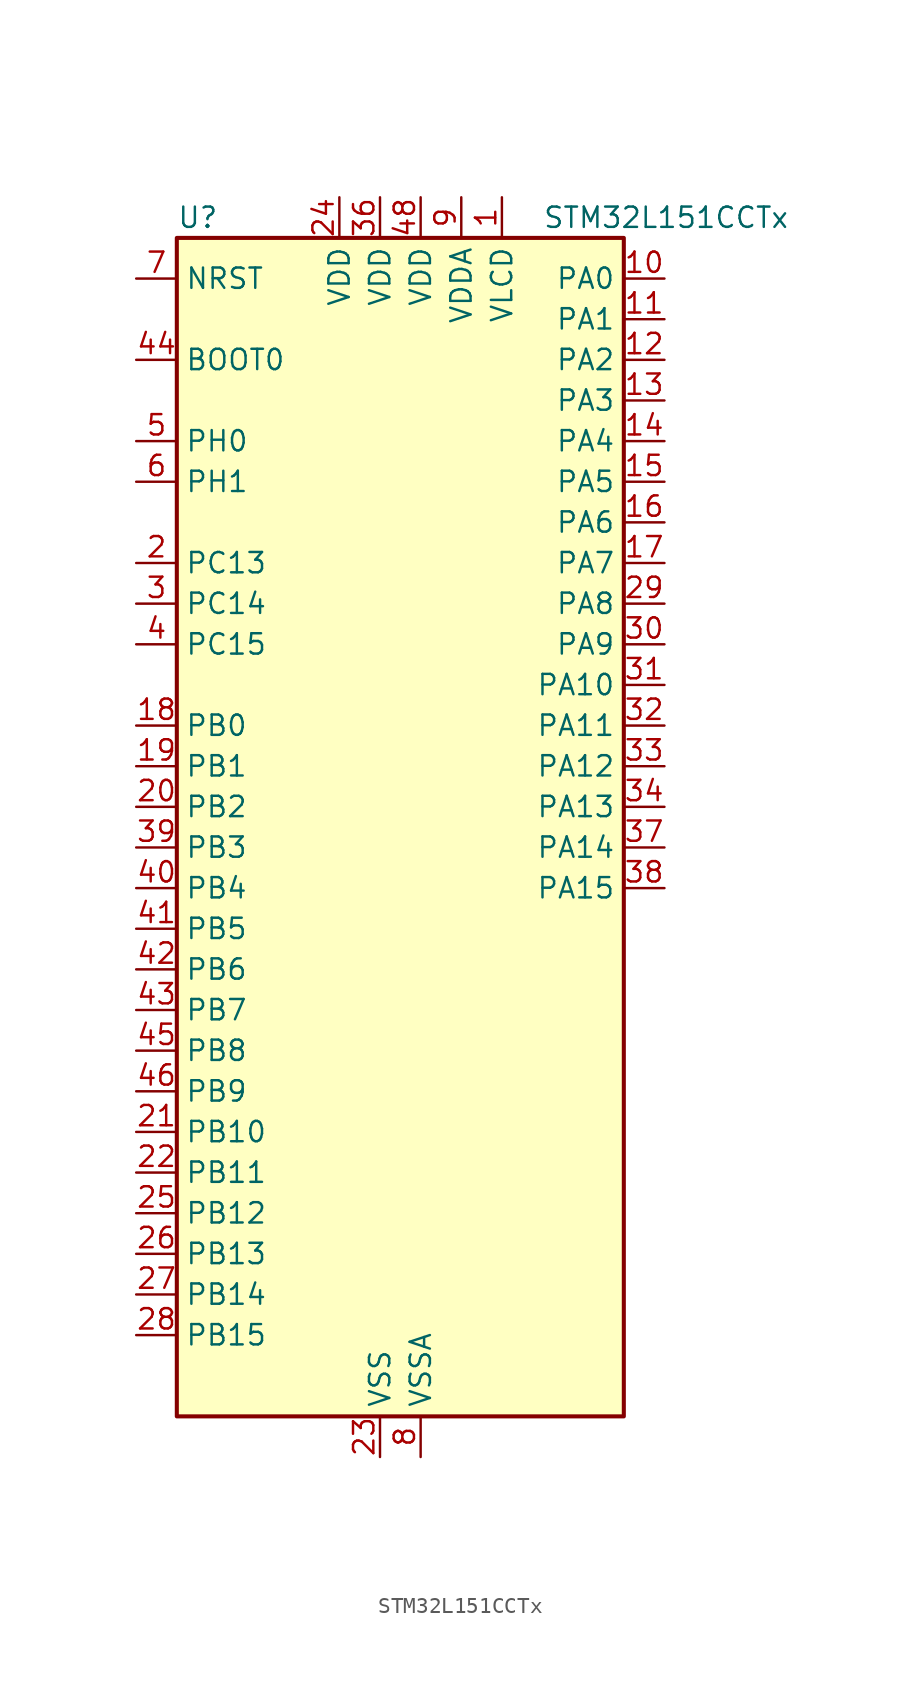
<source format=kicad_sym>
(kicad_symbol_lib
  (version 20231120)
  (generator "kicad-library-utils")
  (generator_version "8.0")
  (symbol "STM32L151CCTx"
    (property "Reference" "U"
      (at -12.7 39.37 0)
      (effects (font (size 1.27 1.27)) (justify left)))
    (property "Value" "STM32L151CCTx"
      (at 10.16 39.37 0)
      (effects (font (size 1.27 1.27)) (justify left)))
    (symbol "STM32L151CCTx_0_1"
      (rectangle (start -12.7 -35.56) (end 15.24 38.1) (stroke (width 0.254) (type default)) (fill (type background))))
    (symbol "STM32L151CCTx_1_1"
      (pin power_in line (at 7.62 40.64 270) (length 2.54) (name "VLCD" (effects (font (size 1.27 1.27)))) (number "1" (effects (font (size 1.27 1.27)))))
      (pin bidirectional line (at 17.78 35.56 180) (length 2.54) (name "PA0" (effects (font (size 1.27 1.27)))) (number "10" (effects (font (size 1.27 1.27)))) (alternate "ADC_IN0" bidirectional line) (alternate "COMP1_INP" bidirectional line) (alternate "RTC_TAMP2" bidirectional line) (alternate "SYS_WKUP1" bidirectional line) (alternate "TIM2_CH1" bidirectional line) (alternate "TIM2_ETR" bidirectional line) (alternate "TIM5_CH1" bidirectional line) (alternate "TIMX_IC1" bidirectional line) (alternate "TS_G1_IO1" bidirectional line) (alternate "USART2_CTS" bidirectional line))
      (pin bidirectional line (at 17.78 33.02 180) (length 2.54) (name "PA1" (effects (font (size 1.27 1.27)))) (number "11" (effects (font (size 1.27 1.27)))) (alternate "ADC_IN1" bidirectional line) (alternate "COMP1_INP" bidirectional line) (alternate "OPAMP1_VINP" bidirectional line) (alternate "TIM2_CH2" bidirectional line) (alternate "TIM5_CH2" bidirectional line) (alternate "TIMX_IC2" bidirectional line) (alternate "TS_G1_IO2" bidirectional line) (alternate "USART2_RTS" bidirectional line))
      (pin bidirectional line (at 17.78 30.48 180) (length 2.54) (name "PA2" (effects (font (size 1.27 1.27)))) (number "12" (effects (font (size 1.27 1.27)))) (alternate "ADC_IN2" bidirectional line) (alternate "COMP1_INP" bidirectional line) (alternate "OPAMP1_VINM" bidirectional line) (alternate "TIM2_CH3" bidirectional line) (alternate "TIM5_CH3" bidirectional line) (alternate "TIM9_CH1" bidirectional line) (alternate "TIMX_IC3" bidirectional line) (alternate "TS_G1_IO3" bidirectional line) (alternate "USART2_TX" bidirectional line))
      (pin bidirectional line (at 17.78 27.94 180) (length 2.54) (name "PA3" (effects (font (size 1.27 1.27)))) (number "13" (effects (font (size 1.27 1.27)))) (alternate "ADC_IN3" bidirectional line) (alternate "COMP1_INP" bidirectional line) (alternate "OPAMP1_VOUT" bidirectional line) (alternate "TIM2_CH4" bidirectional line) (alternate "TIM5_CH4" bidirectional line) (alternate "TIM9_CH2" bidirectional line) (alternate "TIMX_IC4" bidirectional line) (alternate "TS_G1_IO4" bidirectional line) (alternate "USART2_RX" bidirectional line))
      (pin bidirectional line (at 17.78 25.4 180) (length 2.54) (name "PA4" (effects (font (size 1.27 1.27)))) (number "14" (effects (font (size 1.27 1.27)))) (alternate "ADC_IN4" bidirectional line) (alternate "COMP1_INP" bidirectional line) (alternate "DAC_OUT1" bidirectional line) (alternate "I2S3_WS" bidirectional line) (alternate "SPI1_NSS" bidirectional line) (alternate "SPI3_NSS" bidirectional line) (alternate "TIMX_IC1" bidirectional line) (alternate "USART2_CK" bidirectional line))
      (pin bidirectional line (at 17.78 22.86 180) (length 2.54) (name "PA5" (effects (font (size 1.27 1.27)))) (number "15" (effects (font (size 1.27 1.27)))) (alternate "ADC_IN5" bidirectional line) (alternate "COMP1_INP" bidirectional line) (alternate "DAC_OUT2" bidirectional line) (alternate "SPI1_SCK" bidirectional line) (alternate "TIM2_CH1" bidirectional line) (alternate "TIM2_ETR" bidirectional line) (alternate "TIMX_IC2" bidirectional line))
      (pin bidirectional line (at 17.78 20.32 180) (length 2.54) (name "PA6" (effects (font (size 1.27 1.27)))) (number "16" (effects (font (size 1.27 1.27)))) (alternate "ADC_IN6" bidirectional line) (alternate "COMP1_INP" bidirectional line) (alternate "OPAMP2_VINP" bidirectional line) (alternate "SPI1_MISO" bidirectional line) (alternate "TIM10_CH1" bidirectional line) (alternate "TIM3_CH1" bidirectional line) (alternate "TIMX_IC3" bidirectional line) (alternate "TS_G2_IO1" bidirectional line))
      (pin bidirectional line (at 17.78 17.78 180) (length 2.54) (name "PA7" (effects (font (size 1.27 1.27)))) (number "17" (effects (font (size 1.27 1.27)))) (alternate "ADC_IN7" bidirectional line) (alternate "COMP1_INP" bidirectional line) (alternate "OPAMP2_VINM" bidirectional line) (alternate "SPI1_MOSI" bidirectional line) (alternate "TIM11_CH1" bidirectional line) (alternate "TIM3_CH2" bidirectional line) (alternate "TIMX_IC4" bidirectional line) (alternate "TS_G2_IO2" bidirectional line))
      (pin bidirectional line (at -15.24 7.62 0) (length 2.54) (name "PB0" (effects (font (size 1.27 1.27)))) (number "18" (effects (font (size 1.27 1.27)))) (alternate "ADC_IN8" bidirectional line) (alternate "COMP1_INP" bidirectional line) (alternate "OPAMP2_VOUT" bidirectional line) (alternate "SYS_V_REF_OUT" bidirectional line) (alternate "TIM3_CH3" bidirectional line) (alternate "TS_G3_IO1" bidirectional line))
      (pin bidirectional line (at -15.24 5.08 0) (length 2.54) (name "PB1" (effects (font (size 1.27 1.27)))) (number "19" (effects (font (size 1.27 1.27)))) (alternate "ADC_IN9" bidirectional line) (alternate "COMP1_INP" bidirectional line) (alternate "SYS_V_REF_OUT" bidirectional line) (alternate "TIM3_CH4" bidirectional line) (alternate "TS_G3_IO2" bidirectional line))
      (pin bidirectional line (at -15.24 17.78 0) (length 2.54) (name "PC13" (effects (font (size 1.27 1.27)))) (number "2" (effects (font (size 1.27 1.27)))) (alternate "RTC_OUT_ALARM" bidirectional line) (alternate "RTC_OUT_CALIB" bidirectional line) (alternate "RTC_TAMP1" bidirectional line) (alternate "RTC_TS" bidirectional line) (alternate "SYS_WKUP2" bidirectional line) (alternate "TIMX_IC2" bidirectional line))
      (pin bidirectional line (at -15.24 2.54 0) (length 2.54) (name "PB2" (effects (font (size 1.27 1.27)))) (number "20" (effects (font (size 1.27 1.27)))) (alternate "TS_G3_IO3" bidirectional line))
      (pin bidirectional line (at -15.24 -17.78 0) (length 2.54) (name "PB10" (effects (font (size 1.27 1.27)))) (number "21" (effects (font (size 1.27 1.27)))) (alternate "I2C2_SCL" bidirectional line) (alternate "TIM2_CH3" bidirectional line) (alternate "USART3_TX" bidirectional line))
      (pin bidirectional line (at -15.24 -20.32 0) (length 2.54) (name "PB11" (effects (font (size 1.27 1.27)))) (number "22" (effects (font (size 1.27 1.27)))) (alternate "ADC_EXTI11" bidirectional line) (alternate "I2C2_SDA" bidirectional line) (alternate "TIM2_CH4" bidirectional line) (alternate "USART3_RX" bidirectional line))
      (pin power_in line (at 0 -38.1 90) (length 2.54) (name "VSS" (effects (font (size 1.27 1.27)))) (number "23" (effects (font (size 1.27 1.27)))))
      (pin power_in line (at -2.54 40.64 270) (length 2.54) (name "VDD" (effects (font (size 1.27 1.27)))) (number "24" (effects (font (size 1.27 1.27)))))
      (pin bidirectional line (at -15.24 -22.86 0) (length 2.54) (name "PB12" (effects (font (size 1.27 1.27)))) (number "25" (effects (font (size 1.27 1.27)))) (alternate "ADC_IN18" bidirectional line) (alternate "COMP1_INP" bidirectional line) (alternate "I2C2_SMBA" bidirectional line) (alternate "I2S2_WS" bidirectional line) (alternate "SPI2_NSS" bidirectional line) (alternate "TIM10_CH1" bidirectional line) (alternate "TS_G7_IO1" bidirectional line) (alternate "USART3_CK" bidirectional line))
      (pin bidirectional line (at -15.24 -25.4 0) (length 2.54) (name "PB13" (effects (font (size 1.27 1.27)))) (number "26" (effects (font (size 1.27 1.27)))) (alternate "ADC_IN19" bidirectional line) (alternate "COMP1_INP" bidirectional line) (alternate "I2S2_CK" bidirectional line) (alternate "SPI2_SCK" bidirectional line) (alternate "TIM9_CH1" bidirectional line) (alternate "TS_G7_IO2" bidirectional line) (alternate "USART3_CTS" bidirectional line))
      (pin bidirectional line (at -15.24 -27.94 0) (length 2.54) (name "PB14" (effects (font (size 1.27 1.27)))) (number "27" (effects (font (size 1.27 1.27)))) (alternate "ADC_IN20" bidirectional line) (alternate "COMP1_INP" bidirectional line) (alternate "SPI2_MISO" bidirectional line) (alternate "TIM9_CH2" bidirectional line) (alternate "TS_G7_IO3" bidirectional line) (alternate "USART3_RTS" bidirectional line))
      (pin bidirectional line (at -15.24 -30.48 0) (length 2.54) (name "PB15" (effects (font (size 1.27 1.27)))) (number "28" (effects (font (size 1.27 1.27)))) (alternate "ADC_EXTI15" bidirectional line) (alternate "ADC_IN21" bidirectional line) (alternate "COMP1_INP" bidirectional line) (alternate "I2S2_SD" bidirectional line) (alternate "RTC_REFIN" bidirectional line) (alternate "SPI2_MOSI" bidirectional line) (alternate "TIM11_CH1" bidirectional line) (alternate "TS_G7_IO4" bidirectional line))
      (pin bidirectional line (at 17.78 15.24 180) (length 2.54) (name "PA8" (effects (font (size 1.27 1.27)))) (number "29" (effects (font (size 1.27 1.27)))) (alternate "RCC_MCO" bidirectional line) (alternate "TIMX_IC1" bidirectional line) (alternate "TS_G4_IO1" bidirectional line) (alternate "USART1_CK" bidirectional line))
      (pin bidirectional line (at -15.24 15.24 0) (length 2.54) (name "PC14" (effects (font (size 1.27 1.27)))) (number "3" (effects (font (size 1.27 1.27)))) (alternate "RCC_OSC32_IN" bidirectional line) (alternate "TIMX_IC3" bidirectional line))
      (pin bidirectional line (at 17.78 12.7 180) (length 2.54) (name "PA9" (effects (font (size 1.27 1.27)))) (number "30" (effects (font (size 1.27 1.27)))) (alternate "DAC_EXTI9" bidirectional line) (alternate "TIMX_IC2" bidirectional line) (alternate "TS_G4_IO2" bidirectional line) (alternate "USART1_TX" bidirectional line))
      (pin bidirectional line (at 17.78 10.16 180) (length 2.54) (name "PA10" (effects (font (size 1.27 1.27)))) (number "31" (effects (font (size 1.27 1.27)))) (alternate "TIMX_IC3" bidirectional line) (alternate "TS_G4_IO3" bidirectional line) (alternate "USART1_RX" bidirectional line))
      (pin bidirectional line (at 17.78 7.62 180) (length 2.54) (name "PA11" (effects (font (size 1.27 1.27)))) (number "32" (effects (font (size 1.27 1.27)))) (alternate "ADC_EXTI11" bidirectional line) (alternate "SPI1_MISO" bidirectional line) (alternate "TIMX_IC4" bidirectional line) (alternate "USART1_CTS" bidirectional line) (alternate "USB_DM" bidirectional line))
      (pin bidirectional line (at 17.78 5.08 180) (length 2.54) (name "PA12" (effects (font (size 1.27 1.27)))) (number "33" (effects (font (size 1.27 1.27)))) (alternate "SPI1_MOSI" bidirectional line) (alternate "TIMX_IC1" bidirectional line) (alternate "USART1_RTS" bidirectional line) (alternate "USB_DP" bidirectional line))
      (pin bidirectional line (at 17.78 2.54 180) (length 2.54) (name "PA13" (effects (font (size 1.27 1.27)))) (number "34" (effects (font (size 1.27 1.27)))) (alternate "SYS_JTMS-SWDIO" bidirectional line) (alternate "TIMX_IC2" bidirectional line) (alternate "TS_G5_IO1" bidirectional line))
      (pin passive line (at 0 -38.1 90) (length 2.54) hide (name "VSS" (effects (font (size 1.27 1.27)))) (number "35" (effects (font (size 1.27 1.27)))))
      (pin power_in line (at 0 40.64 270) (length 2.54) (name "VDD" (effects (font (size 1.27 1.27)))) (number "36" (effects (font (size 1.27 1.27)))))
      (pin bidirectional line (at 17.78 0 180) (length 2.54) (name "PA14" (effects (font (size 1.27 1.27)))) (number "37" (effects (font (size 1.27 1.27)))) (alternate "SYS_JTCK-SWCLK" bidirectional line) (alternate "TIMX_IC3" bidirectional line) (alternate "TS_G5_IO2" bidirectional line))
      (pin bidirectional line (at 17.78 -2.54 180) (length 2.54) (name "PA15" (effects (font (size 1.27 1.27)))) (number "38" (effects (font (size 1.27 1.27)))) (alternate "ADC_EXTI15" bidirectional line) (alternate "I2S3_WS" bidirectional line) (alternate "SPI1_NSS" bidirectional line) (alternate "SPI3_NSS" bidirectional line) (alternate "SYS_JTDI" bidirectional line) (alternate "TIM2_CH1" bidirectional line) (alternate "TIM2_ETR" bidirectional line) (alternate "TIMX_IC4" bidirectional line) (alternate "TS_G5_IO3" bidirectional line))
      (pin bidirectional line (at -15.24 0 0) (length 2.54) (name "PB3" (effects (font (size 1.27 1.27)))) (number "39" (effects (font (size 1.27 1.27)))) (alternate "COMP2_INM" bidirectional line) (alternate "I2S3_CK" bidirectional line) (alternate "SPI1_SCK" bidirectional line) (alternate "SPI3_SCK" bidirectional line) (alternate "SYS_JTDO-TRACESWO" bidirectional line) (alternate "TIM2_CH2" bidirectional line))
      (pin bidirectional line (at -15.24 12.7 0) (length 2.54) (name "PC15" (effects (font (size 1.27 1.27)))) (number "4" (effects (font (size 1.27 1.27)))) (alternate "ADC_EXTI15" bidirectional line) (alternate "RCC_OSC32_OUT" bidirectional line) (alternate "TIMX_IC4" bidirectional line))
      (pin bidirectional line (at -15.24 -2.54 0) (length 2.54) (name "PB4" (effects (font (size 1.27 1.27)))) (number "40" (effects (font (size 1.27 1.27)))) (alternate "COMP2_INP" bidirectional line) (alternate "SPI1_MISO" bidirectional line) (alternate "SPI3_MISO" bidirectional line) (alternate "SYS_JTRST" bidirectional line) (alternate "TIM3_CH1" bidirectional line) (alternate "TS_G6_IO1" bidirectional line))
      (pin bidirectional line (at -15.24 -5.08 0) (length 2.54) (name "PB5" (effects (font (size 1.27 1.27)))) (number "41" (effects (font (size 1.27 1.27)))) (alternate "COMP2_INP" bidirectional line) (alternate "I2C1_SMBA" bidirectional line) (alternate "I2S3_SD" bidirectional line) (alternate "SPI1_MOSI" bidirectional line) (alternate "SPI3_MOSI" bidirectional line) (alternate "TIM3_CH2" bidirectional line) (alternate "TS_G6_IO2" bidirectional line))
      (pin bidirectional line (at -15.24 -7.62 0) (length 2.54) (name "PB6" (effects (font (size 1.27 1.27)))) (number "42" (effects (font (size 1.27 1.27)))) (alternate "COMP2_INP" bidirectional line) (alternate "I2C1_SCL" bidirectional line) (alternate "TIM4_CH1" bidirectional line) (alternate "TS_G6_IO3" bidirectional line) (alternate "USART1_TX" bidirectional line))
      (pin bidirectional line (at -15.24 -10.16 0) (length 2.54) (name "PB7" (effects (font (size 1.27 1.27)))) (number "43" (effects (font (size 1.27 1.27)))) (alternate "COMP2_INP" bidirectional line) (alternate "I2C1_SDA" bidirectional line) (alternate "SYS_PVD_IN" bidirectional line) (alternate "TIM4_CH2" bidirectional line) (alternate "TS_G6_IO4" bidirectional line) (alternate "USART1_RX" bidirectional line))
      (pin input line (at -15.24 30.48 0) (length 2.54) (name "BOOT0" (effects (font (size 1.27 1.27)))) (number "44" (effects (font (size 1.27 1.27)))))
      (pin bidirectional line (at -15.24 -12.7 0) (length 2.54) (name "PB8" (effects (font (size 1.27 1.27)))) (number "45" (effects (font (size 1.27 1.27)))) (alternate "I2C1_SCL" bidirectional line) (alternate "TIM10_CH1" bidirectional line) (alternate "TIM4_CH3" bidirectional line))
      (pin bidirectional line (at -15.24 -15.24 0) (length 2.54) (name "PB9" (effects (font (size 1.27 1.27)))) (number "46" (effects (font (size 1.27 1.27)))) (alternate "DAC_EXTI9" bidirectional line) (alternate "I2C1_SDA" bidirectional line) (alternate "TIM11_CH1" bidirectional line) (alternate "TIM4_CH4" bidirectional line))
      (pin passive line (at 0 -38.1 90) (length 2.54) hide (name "VSS" (effects (font (size 1.27 1.27)))) (number "47" (effects (font (size 1.27 1.27)))))
      (pin power_in line (at 2.54 40.64 270) (length 2.54) (name "VDD" (effects (font (size 1.27 1.27)))) (number "48" (effects (font (size 1.27 1.27)))))
      (pin bidirectional line (at -15.24 25.4 0) (length 2.54) (name "PH0" (effects (font (size 1.27 1.27)))) (number "5" (effects (font (size 1.27 1.27)))) (alternate "RCC_OSC_IN" bidirectional line))
      (pin bidirectional line (at -15.24 22.86 0) (length 2.54) (name "PH1" (effects (font (size 1.27 1.27)))) (number "6" (effects (font (size 1.27 1.27)))) (alternate "RCC_OSC_OUT" bidirectional line))
      (pin input line (at -15.24 35.56 0) (length 2.54) (name "NRST" (effects (font (size 1.27 1.27)))) (number "7" (effects (font (size 1.27 1.27)))))
      (pin power_in line (at 2.54 -38.1 90) (length 2.54) (name "VSSA" (effects (font (size 1.27 1.27)))) (number "8" (effects (font (size 1.27 1.27)))))
      (pin power_in line (at 5.08 40.64 270) (length 2.54) (name "VDDA" (effects (font (size 1.27 1.27)))) (number "9" (effects (font (size 1.27 1.27))))))))
</source>
